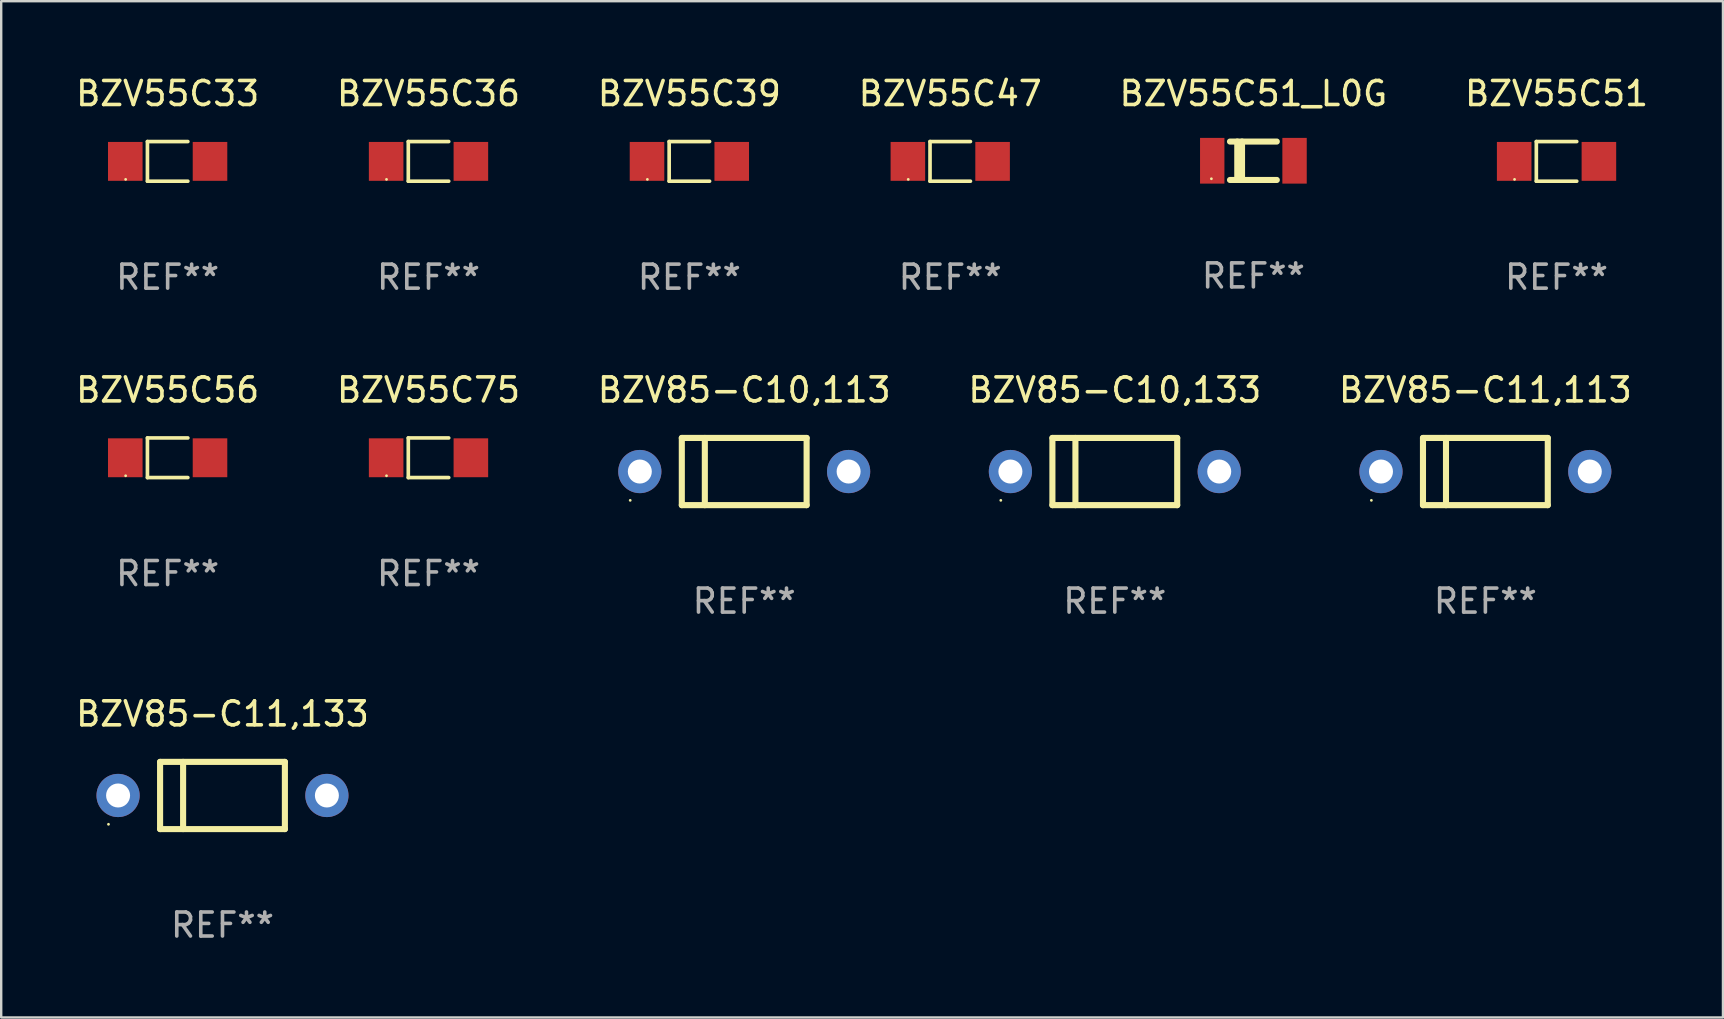
<source format=kicad_pcb>
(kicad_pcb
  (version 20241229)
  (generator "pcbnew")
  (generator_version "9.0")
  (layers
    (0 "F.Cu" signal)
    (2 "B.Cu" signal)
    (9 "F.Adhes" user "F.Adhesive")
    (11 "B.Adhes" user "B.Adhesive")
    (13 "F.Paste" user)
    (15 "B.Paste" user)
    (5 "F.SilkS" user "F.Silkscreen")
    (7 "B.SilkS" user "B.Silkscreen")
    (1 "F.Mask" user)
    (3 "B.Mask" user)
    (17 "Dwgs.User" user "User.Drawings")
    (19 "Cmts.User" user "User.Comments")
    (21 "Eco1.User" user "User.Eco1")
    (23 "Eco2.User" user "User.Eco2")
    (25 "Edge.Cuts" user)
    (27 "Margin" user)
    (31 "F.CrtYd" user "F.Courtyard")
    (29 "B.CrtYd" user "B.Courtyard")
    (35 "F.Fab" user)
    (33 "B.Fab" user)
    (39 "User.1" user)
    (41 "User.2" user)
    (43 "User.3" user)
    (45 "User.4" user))
  (footprint "BZV55C56"
    (layer "F.Cu")
    (at 3.935 16.023)
    (property "Reference" "BZV55C56" (at 0 -2.826 0) (layer "F.SilkS") (effects (font (size 1 1) (thickness 0.15))))
    (attr through_hole)
    (fp_line (start -0.842 -0.826) (end -0.842 0.826) (stroke (width 0.152) (type solid)) (layer "F.SilkS"))
    (fp_line (start -0.842 -0.826) (end 0.842 -0.826) (stroke (width 0.152) (type solid)) (layer "F.SilkS"))
    (fp_line (start -0.842 0.826) (end 0.842 0.826) (stroke (width 0.152) (type solid)) (layer "F.SilkS"))
    (fp_circle (center -1.75 0.75) (end -1.72 0.75) (stroke (width 0.06) (type solid)) (fill no) (layer "F.SilkS"))
    (fp_text user "REF**" (at 0 4.826 0) (layer "F.Fab") (effects (font (size 1 1) (thickness 0.15))))
    (pad "1" smd rect (at -1.765 0) (size 1.44 1.62) (layers "F.Cu" "F.Mask" "F.Paste"))
    (pad "2" smd rect (at 1.765 0) (size 1.44 1.62) (layers "F.Cu" "F.Mask" "F.Paste")))
  (footprint "BZV55C33"
    (layer "F.Cu")
    (at 3.935 3.674)
    (property "Reference" "BZV55C33" (at 0 -2.826 0) (layer "F.SilkS") (effects (font (size 1 1) (thickness 0.15))))
    (attr through_hole)
    (fp_line (start -0.842 -0.826) (end -0.842 0.826) (stroke (width 0.152) (type solid)) (layer "F.SilkS"))
    (fp_line (start -0.842 -0.826) (end 0.842 -0.826) (stroke (width 0.152) (type solid)) (layer "F.SilkS"))
    (fp_line (start -0.842 0.826) (end 0.842 0.826) (stroke (width 0.152) (type solid)) (layer "F.SilkS"))
    (fp_circle (center -1.75 0.75) (end -1.72 0.75) (stroke (width 0.06) (type solid)) (fill no) (layer "F.SilkS"))
    (fp_text user "REF**" (at 0 4.826 0) (layer "F.Fab") (effects (font (size 1 1) (thickness 0.15))))
    (pad "1" smd rect (at -1.765 0) (size 1.44 1.62) (layers "F.Cu" "F.Mask" "F.Paste"))
    (pad "2" smd rect (at 1.765 0) (size 1.44 1.62) (layers "F.Cu" "F.Mask" "F.Paste")))
  (footprint "BZV85-C11,133"
    (layer "F.Cu")
    (at 6.22 30.094)
    (property "Reference" "BZV85-C11,133" (at 0 -3.4 0) (layer "F.SilkS") (effects (font (size 1 1) (thickness 0.15))))
    (attr through_hole)
    (fp_line (start -2.6 -1.4) (end -2.6 1.4) (stroke (width 0.254) (type solid)) (layer "F.SilkS"))
    (fp_line (start -2.6 -1.4) (end 2.6 -1.4) (stroke (width 0.254) (type solid)) (layer "F.SilkS"))
    (fp_line (start -2.6 1.4) (end 2.6 1.4) (stroke (width 0.254) (type solid)) (layer "F.SilkS"))
    (fp_line (start -1.641 -1.4) (end -1.641 1.4) (stroke (width 0.254) (type solid)) (layer "F.SilkS"))
    (fp_line (start 2.6 -1.4) (end 2.6 1.4) (stroke (width 0.254) (type solid)) (layer "F.SilkS"))
    (fp_circle (center -4.75 1.2) (end -4.72 1.2) (stroke (width 0.06) (type solid)) (fill no) (layer "F.SilkS"))
    (fp_text user "REF**" (at 0 5.4 0) (layer "F.Fab") (effects (font (size 1 1) (thickness 0.15))))
    (pad "1" thru_hole circle (at -4.35 0) (size 1.8 1.8) (drill 1) (layers "*.Cu" "*.Mask"))
    (pad "2" thru_hole circle (at 4.35 0) (size 1.8 1.8) (drill 1) (layers "*.Cu" "*.Mask")))
  (footprint "BZV55C75"
    (layer "F.Cu")
    (at 14.804 16.023)
    (property "Reference" "BZV55C75" (at 0 -2.826 0) (layer "F.SilkS") (effects (font (size 1 1) (thickness 0.15))))
    (attr through_hole)
    (fp_line (start -0.842 -0.826) (end -0.842 0.826) (stroke (width 0.152) (type solid)) (layer "F.SilkS"))
    (fp_line (start -0.842 -0.826) (end 0.842 -0.826) (stroke (width 0.152) (type solid)) (layer "F.SilkS"))
    (fp_line (start -0.842 0.826) (end 0.842 0.826) (stroke (width 0.152) (type solid)) (layer "F.SilkS"))
    (fp_circle (center -1.75 0.75) (end -1.72 0.75) (stroke (width 0.06) (type solid)) (fill no) (layer "F.SilkS"))
    (fp_text user "REF**" (at 0 4.826 0) (layer "F.Fab") (effects (font (size 1 1) (thickness 0.15))))
    (pad "1" smd rect (at -1.765 0) (size 1.44 1.62) (layers "F.Cu" "F.Mask" "F.Paste"))
    (pad "2" smd rect (at 1.765 0) (size 1.44 1.62) (layers "F.Cu" "F.Mask" "F.Paste")))
  (footprint "BZV55C51_L0G"
    (layer "F.Cu")
    (at 49.173 3.648)
    (property "Reference" "BZV55C51_L0G" (at 0 -2.8 0) (layer "F.SilkS") (effects (font (size 1 1) (thickness 0.15))))
    (attr through_hole)
    (fp_line (start -0.975 -0.8) (end 0.975 -0.8) (stroke (width 0.254) (type solid)) (layer "F.SilkS"))
    (fp_line (start -0.975 0.8) (end 0.975 0.8) (stroke (width 0.254) (type solid)) (layer "F.SilkS"))
    (fp_line (start -0.671 -0.8) (end -0.671 0.8) (stroke (width 0.254) (type solid)) (layer "F.SilkS"))
    (fp_line (start -0.474 -0.8) (end -0.474 0.8) (stroke (width 0.254) (type solid)) (layer "F.SilkS"))
    (fp_circle (center -1.75 0.75) (end -1.72 0.75) (stroke (width 0.06) (type solid)) (fill no) (layer "F.SilkS"))
    (fp_text user "REF**" (at 0 4.8 0) (layer "F.Fab") (effects (font (size 1 1) (thickness 0.15))))
    (pad "1" smd rect (at -1.715 0 180) (size 1.016 1.905) (layers "F.Cu" "F.Mask" "F.Paste"))
    (pad "2" smd rect (at 1.715 0 180) (size 1.016 1.905) (layers "F.Cu" "F.Mask" "F.Paste")))
  (footprint "BZV55C39"
    (layer "F.Cu")
    (at 25.673 3.674)
    (property "Reference" "BZV55C39" (at 0 -2.826 0) (layer "F.SilkS") (effects (font (size 1 1) (thickness 0.15))))
    (attr through_hole)
    (fp_line (start -0.842 -0.826) (end -0.842 0.826) (stroke (width 0.152) (type solid)) (layer "F.SilkS"))
    (fp_line (start -0.842 -0.826) (end 0.842 -0.826) (stroke (width 0.152) (type solid)) (layer "F.SilkS"))
    (fp_line (start -0.842 0.826) (end 0.842 0.826) (stroke (width 0.152) (type solid)) (layer "F.SilkS"))
    (fp_circle (center -1.75 0.75) (end -1.72 0.75) (stroke (width 0.06) (type solid)) (fill no) (layer "F.SilkS"))
    (fp_text user "REF**" (at 0 4.826 0) (layer "F.Fab") (effects (font (size 1 1) (thickness 0.15))))
    (pad "1" smd rect (at -1.765 0) (size 1.44 1.62) (layers "F.Cu" "F.Mask" "F.Paste"))
    (pad "2" smd rect (at 1.765 0) (size 1.44 1.62) (layers "F.Cu" "F.Mask" "F.Paste")))
  (footprint "BZV55C36"
    (layer "F.Cu")
    (at 14.804 3.674)
    (property "Reference" "BZV55C36" (at 0 -2.826 0) (layer "F.SilkS") (effects (font (size 1 1) (thickness 0.15))))
    (attr through_hole)
    (fp_line (start -0.842 -0.826) (end -0.842 0.826) (stroke (width 0.152) (type solid)) (layer "F.SilkS"))
    (fp_line (start -0.842 -0.826) (end 0.842 -0.826) (stroke (width 0.152) (type solid)) (layer "F.SilkS"))
    (fp_line (start -0.842 0.826) (end 0.842 0.826) (stroke (width 0.152) (type solid)) (layer "F.SilkS"))
    (fp_circle (center -1.75 0.75) (end -1.72 0.75) (stroke (width 0.06) (type solid)) (fill no) (layer "F.SilkS"))
    (fp_text user "REF**" (at 0 4.826 0) (layer "F.Fab") (effects (font (size 1 1) (thickness 0.15))))
    (pad "1" smd rect (at -1.765 0) (size 1.44 1.62) (layers "F.Cu" "F.Mask" "F.Paste"))
    (pad "2" smd rect (at 1.765 0) (size 1.44 1.62) (layers "F.Cu" "F.Mask" "F.Paste")))
  (footprint "BZV85-C10,133"
    (layer "F.Cu")
    (at 43.399 16.597)
    (property "Reference" "BZV85-C10,133" (at 0 -3.4 0) (layer "F.SilkS") (effects (font (size 1 1) (thickness 0.15))))
    (attr through_hole)
    (fp_line (start -2.6 -1.4) (end -2.6 1.4) (stroke (width 0.254) (type solid)) (layer "F.SilkS"))
    (fp_line (start -2.6 -1.4) (end 2.6 -1.4) (stroke (width 0.254) (type solid)) (layer "F.SilkS"))
    (fp_line (start -2.6 1.4) (end 2.6 1.4) (stroke (width 0.254) (type solid)) (layer "F.SilkS"))
    (fp_line (start -1.641 -1.4) (end -1.641 1.4) (stroke (width 0.254) (type solid)) (layer "F.SilkS"))
    (fp_line (start 2.6 -1.4) (end 2.6 1.4) (stroke (width 0.254) (type solid)) (layer "F.SilkS"))
    (fp_circle (center -4.75 1.2) (end -4.72 1.2) (stroke (width 0.06) (type solid)) (fill no) (layer "F.SilkS"))
    (fp_text user "REF**" (at 0 5.4 0) (layer "F.Fab") (effects (font (size 1 1) (thickness 0.15))))
    (pad "1" thru_hole circle (at -4.35 0) (size 1.8 1.8) (drill 1) (layers "*.Cu" "*.Mask"))
    (pad "2" thru_hole circle (at 4.35 0) (size 1.8 1.8) (drill 1) (layers "*.Cu" "*.Mask")))
  (footprint "BZV55C51"
    (layer "F.Cu")
    (at 61.804 3.674)
    (property "Reference" "BZV55C51" (at 0 -2.826 0) (layer "F.SilkS") (effects (font (size 1 1) (thickness 0.15))))
    (attr through_hole)
    (fp_line (start -0.842 -0.826) (end -0.842 0.826) (stroke (width 0.152) (type solid)) (layer "F.SilkS"))
    (fp_line (start -0.842 -0.826) (end 0.842 -0.826) (stroke (width 0.152) (type solid)) (layer "F.SilkS"))
    (fp_line (start -0.842 0.826) (end 0.842 0.826) (stroke (width 0.152) (type solid)) (layer "F.SilkS"))
    (fp_circle (center -1.75 0.75) (end -1.72 0.75) (stroke (width 0.06) (type solid)) (fill no) (layer "F.SilkS"))
    (fp_text user "REF**" (at 0 4.826 0) (layer "F.Fab") (effects (font (size 1 1) (thickness 0.15))))
    (pad "1" smd rect (at -1.765 0) (size 1.44 1.62) (layers "F.Cu" "F.Mask" "F.Paste"))
    (pad "2" smd rect (at 1.765 0) (size 1.44 1.62) (layers "F.Cu" "F.Mask" "F.Paste")))
  (footprint "BZV85-C11,113"
    (layer "F.Cu")
    (at 58.839 16.597)
    (property "Reference" "BZV85-C11,113" (at 0 -3.4 0) (layer "F.SilkS") (effects (font (size 1 1) (thickness 0.15))))
    (attr through_hole)
    (fp_line (start -2.6 -1.4) (end -2.6 1.4) (stroke (width 0.254) (type solid)) (layer "F.SilkS"))
    (fp_line (start -2.6 -1.4) (end 2.6 -1.4) (stroke (width 0.254) (type solid)) (layer "F.SilkS"))
    (fp_line (start -2.6 1.4) (end 2.6 1.4) (stroke (width 0.254) (type solid)) (layer "F.SilkS"))
    (fp_line (start -1.641 -1.4) (end -1.641 1.4) (stroke (width 0.254) (type solid)) (layer "F.SilkS"))
    (fp_line (start 2.6 -1.4) (end 2.6 1.4) (stroke (width 0.254) (type solid)) (layer "F.SilkS"))
    (fp_circle (center -4.75 1.2) (end -4.72 1.2) (stroke (width 0.06) (type solid)) (fill no) (layer "F.SilkS"))
    (fp_text user "REF**" (at 0 5.4 0) (layer "F.Fab") (effects (font (size 1 1) (thickness 0.15))))
    (pad "1" thru_hole circle (at -4.35 0) (size 1.8 1.8) (drill 1) (layers "*.Cu" "*.Mask"))
    (pad "2" thru_hole circle (at 4.35 0) (size 1.8 1.8) (drill 1) (layers "*.Cu" "*.Mask")))
  (footprint "BZV85-C10,113"
    (layer "F.Cu")
    (at 27.958 16.597)
    (property "Reference" "BZV85-C10,113" (at 0 -3.4 0) (layer "F.SilkS") (effects (font (size 1 1) (thickness 0.15))))
    (attr through_hole)
    (fp_line (start -2.6 -1.4) (end -2.6 1.4) (stroke (width 0.254) (type solid)) (layer "F.SilkS"))
    (fp_line (start -2.6 -1.4) (end 2.6 -1.4) (stroke (width 0.254) (type solid)) (layer "F.SilkS"))
    (fp_line (start -2.6 1.4) (end 2.6 1.4) (stroke (width 0.254) (type solid)) (layer "F.SilkS"))
    (fp_line (start -1.641 -1.4) (end -1.641 1.4) (stroke (width 0.254) (type solid)) (layer "F.SilkS"))
    (fp_line (start 2.6 -1.4) (end 2.6 1.4) (stroke (width 0.254) (type solid)) (layer "F.SilkS"))
    (fp_circle (center -4.75 1.2) (end -4.72 1.2) (stroke (width 0.06) (type solid)) (fill no) (layer "F.SilkS"))
    (fp_text user "REF**" (at 0 5.4 0) (layer "F.Fab") (effects (font (size 1 1) (thickness 0.15))))
    (pad "1" thru_hole circle (at -4.35 0) (size 1.8 1.8) (drill 1) (layers "*.Cu" "*.Mask"))
    (pad "2" thru_hole circle (at 4.35 0) (size 1.8 1.8) (drill 1) (layers "*.Cu" "*.Mask")))
  (footprint "BZV55C47"
    (layer "F.Cu")
    (at 36.542 3.674)
    (property "Reference" "BZV55C47" (at 0 -2.826 0) (layer "F.SilkS") (effects (font (size 1 1) (thickness 0.15))))
    (attr through_hole)
    (fp_line (start -0.842 -0.826) (end -0.842 0.826) (stroke (width 0.152) (type solid)) (layer "F.SilkS"))
    (fp_line (start -0.842 -0.826) (end 0.842 -0.826) (stroke (width 0.152) (type solid)) (layer "F.SilkS"))
    (fp_line (start -0.842 0.826) (end 0.842 0.826) (stroke (width 0.152) (type solid)) (layer "F.SilkS"))
    (fp_circle (center -1.75 0.75) (end -1.72 0.75) (stroke (width 0.06) (type solid)) (fill no) (layer "F.SilkS"))
    (fp_text user "REF**" (at 0 4.826 0) (layer "F.Fab") (effects (font (size 1 1) (thickness 0.15))))
    (pad "1" smd rect (at -1.765 0) (size 1.44 1.62) (layers "F.Cu" "F.Mask" "F.Paste"))
    (pad "2" smd rect (at 1.765 0) (size 1.44 1.62) (layers "F.Cu" "F.Mask" "F.Paste")))
  (gr_rect
    (start -3 -3)
    (end 68.738 39.342)
    (stroke (width 0.1) (type default))
    (fill no)
    (layer "Edge.Cuts")))
</source>
